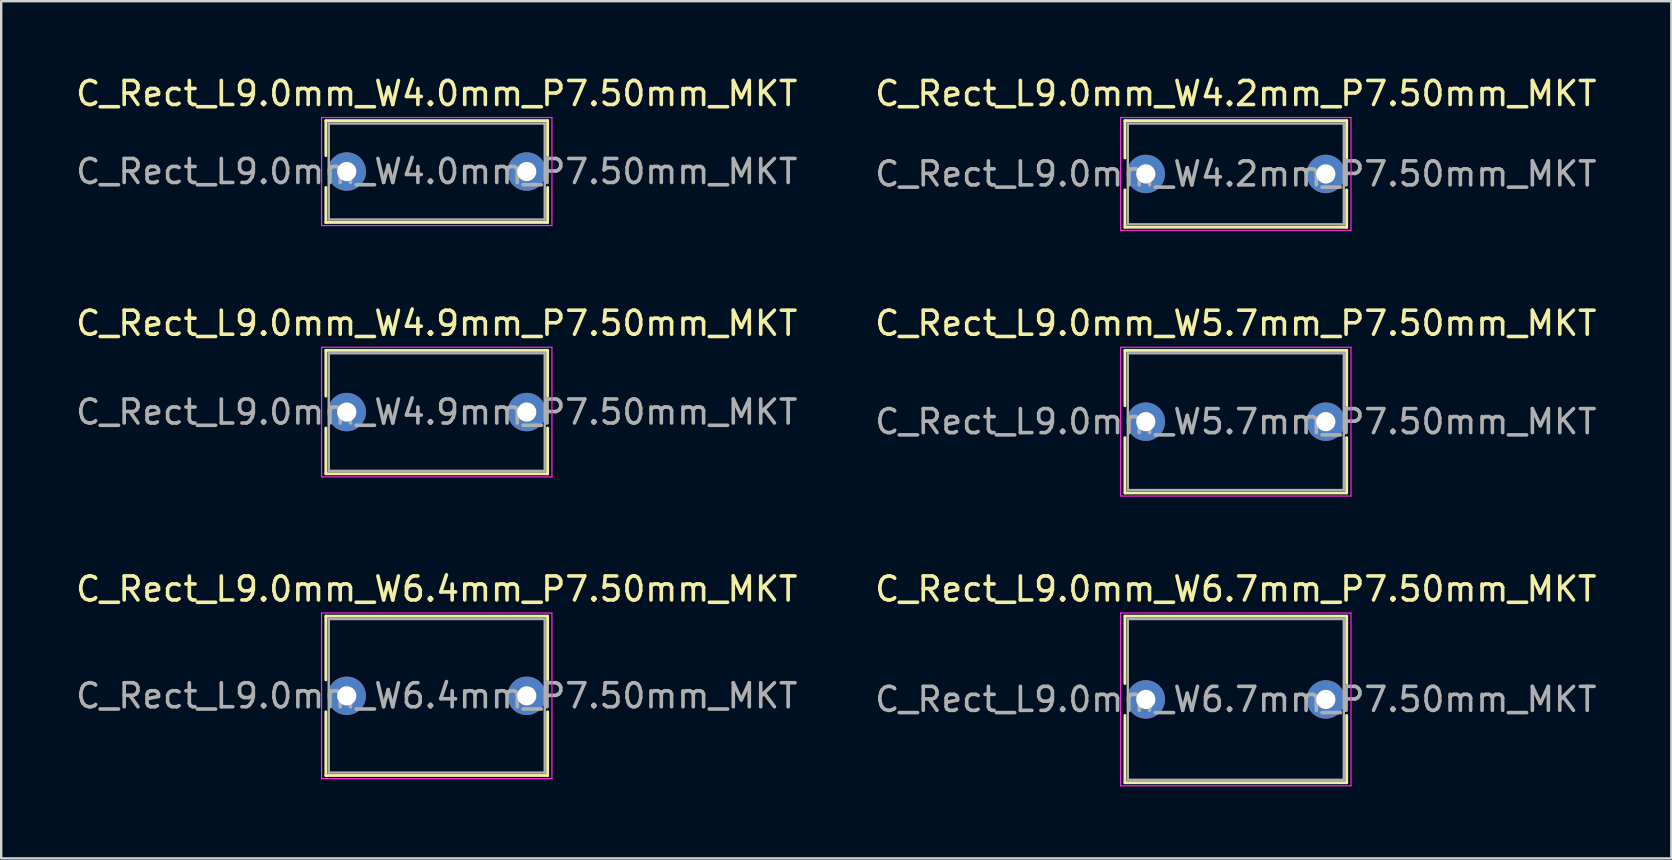
<source format=kicad_pcb>
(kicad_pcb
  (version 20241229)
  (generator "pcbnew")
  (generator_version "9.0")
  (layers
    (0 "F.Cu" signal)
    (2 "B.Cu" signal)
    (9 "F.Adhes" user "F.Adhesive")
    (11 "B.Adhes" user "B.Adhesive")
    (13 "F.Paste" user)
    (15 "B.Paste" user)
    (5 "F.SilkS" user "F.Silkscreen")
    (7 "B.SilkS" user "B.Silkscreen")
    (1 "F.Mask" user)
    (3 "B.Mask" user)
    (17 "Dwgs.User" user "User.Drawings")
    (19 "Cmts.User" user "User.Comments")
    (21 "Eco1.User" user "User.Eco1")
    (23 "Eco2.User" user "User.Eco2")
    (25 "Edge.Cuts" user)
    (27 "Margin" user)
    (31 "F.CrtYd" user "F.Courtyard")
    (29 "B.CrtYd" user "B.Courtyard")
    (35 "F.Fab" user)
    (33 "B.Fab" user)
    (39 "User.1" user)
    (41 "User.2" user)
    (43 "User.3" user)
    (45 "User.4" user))
  (footprint "C_Rect_L9.0mm_W6.7mm_P7.50mm_MKT"
    (layer "F.Cu")
    (at 44.696 26.095)
    (property "Reference" "C_Rect_L9.0mm_W6.7mm_P7.50mm_MKT" (at 3.75 -4.6 0) (layer "F.SilkS") (effects (font (size 1 1) (thickness 0.15))))
    (attr through_hole)
    (fp_line (start -0.87 -3.47) (end -0.87 -0.665) (stroke (width 0.12) (type solid)) (layer "F.SilkS"))
    (fp_line (start -0.87 -3.47) (end 8.37 -3.47) (stroke (width 0.12) (type solid)) (layer "F.SilkS"))
    (fp_line (start -0.87 0.665) (end -0.87 3.47) (stroke (width 0.12) (type solid)) (layer "F.SilkS"))
    (fp_line (start -0.87 3.47) (end 8.37 3.47) (stroke (width 0.12) (type solid)) (layer "F.SilkS"))
    (fp_line (start 8.37 -3.47) (end 8.37 -0.665) (stroke (width 0.12) (type solid)) (layer "F.SilkS"))
    (fp_line (start 8.37 0.665) (end 8.37 3.47) (stroke (width 0.12) (type solid)) (layer "F.SilkS"))
    (fp_line (start -1.05 -3.6) (end -1.05 3.6) (stroke (width 0.05) (type solid)) (layer "F.CrtYd"))
    (fp_line (start -1.05 3.6) (end 8.55 3.6) (stroke (width 0.05) (type solid)) (layer "F.CrtYd"))
    (fp_line (start 8.55 -3.6) (end -1.05 -3.6) (stroke (width 0.05) (type solid)) (layer "F.CrtYd"))
    (fp_line (start 8.55 3.6) (end 8.55 -3.6) (stroke (width 0.05) (type solid)) (layer "F.CrtYd"))
    (fp_line (start -0.75 -3.35) (end -0.75 3.35) (stroke (width 0.1) (type solid)) (layer "F.Fab"))
    (fp_line (start -0.75 3.35) (end 8.25 3.35) (stroke (width 0.1) (type solid)) (layer "F.Fab"))
    (fp_line (start 8.25 -3.35) (end -0.75 -3.35) (stroke (width 0.1) (type solid)) (layer "F.Fab"))
    (fp_line (start 8.25 3.35) (end 8.25 -3.35) (stroke (width 0.1) (type solid)) (layer "F.Fab"))
    (fp_text user "${REFERENCE}" (at 3.75 0 0) (layer "F.Fab") (effects (font (size 1 1) (thickness 0.15))))
    (pad "1" thru_hole circle (at 0 0) (size 1.6 1.6) (drill 0.8) (layers "*.Cu" "*.Mask"))
    (pad "2" thru_hole circle (at 7.5 0) (size 1.6 1.6) (drill 0.8) (layers "*.Cu" "*.Mask")))
  (footprint "C_Rect_L9.0mm_W4.2mm_P7.50mm_MKT"
    (layer "F.Cu")
    (at 44.696 4.198)
    (property "Reference" "C_Rect_L9.0mm_W4.2mm_P7.50mm_MKT" (at 3.75 -3.35 0) (layer "F.SilkS") (effects (font (size 1 1) (thickness 0.15))))
    (attr through_hole)
    (fp_line (start -0.87 -2.22) (end -0.87 -0.665) (stroke (width 0.12) (type solid)) (layer "F.SilkS"))
    (fp_line (start -0.87 -2.22) (end 8.37 -2.22) (stroke (width 0.12) (type solid)) (layer "F.SilkS"))
    (fp_line (start -0.87 0.665) (end -0.87 2.22) (stroke (width 0.12) (type solid)) (layer "F.SilkS"))
    (fp_line (start -0.87 2.22) (end 8.37 2.22) (stroke (width 0.12) (type solid)) (layer "F.SilkS"))
    (fp_line (start 8.37 -2.22) (end 8.37 -0.665) (stroke (width 0.12) (type solid)) (layer "F.SilkS"))
    (fp_line (start 8.37 0.665) (end 8.37 2.22) (stroke (width 0.12) (type solid)) (layer "F.SilkS"))
    (fp_line (start -1.05 -2.35) (end -1.05 2.35) (stroke (width 0.05) (type solid)) (layer "F.CrtYd"))
    (fp_line (start -1.05 2.35) (end 8.55 2.35) (stroke (width 0.05) (type solid)) (layer "F.CrtYd"))
    (fp_line (start 8.55 -2.35) (end -1.05 -2.35) (stroke (width 0.05) (type solid)) (layer "F.CrtYd"))
    (fp_line (start 8.55 2.35) (end 8.55 -2.35) (stroke (width 0.05) (type solid)) (layer "F.CrtYd"))
    (fp_line (start -0.75 -2.1) (end -0.75 2.1) (stroke (width 0.1) (type solid)) (layer "F.Fab"))
    (fp_line (start -0.75 2.1) (end 8.25 2.1) (stroke (width 0.1) (type solid)) (layer "F.Fab"))
    (fp_line (start 8.25 -2.1) (end -0.75 -2.1) (stroke (width 0.1) (type solid)) (layer "F.Fab"))
    (fp_line (start 8.25 2.1) (end 8.25 -2.1) (stroke (width 0.1) (type solid)) (layer "F.Fab"))
    (fp_text user "${REFERENCE}" (at 3.75 0 0) (layer "F.Fab") (effects (font (size 1 1) (thickness 0.15))))
    (pad "1" thru_hole circle (at 0 0) (size 1.6 1.6) (drill 0.8) (layers "*.Cu" "*.Mask"))
    (pad "2" thru_hole circle (at 7.5 0) (size 1.6 1.6) (drill 0.8) (layers "*.Cu" "*.Mask")))
  (footprint "C_Rect_L9.0mm_W4.9mm_P7.50mm_MKT"
    (layer "F.Cu")
    (at 11.399 14.121)
    (property "Reference" "C_Rect_L9.0mm_W4.9mm_P7.50mm_MKT" (at 3.75 -3.7 0) (layer "F.SilkS") (effects (font (size 1 1) (thickness 0.15))))
    (attr through_hole)
    (fp_line (start -0.87 -2.571) (end -0.87 -0.665) (stroke (width 0.12) (type solid)) (layer "F.SilkS"))
    (fp_line (start -0.87 -2.571) (end 8.37 -2.571) (stroke (width 0.12) (type solid)) (layer "F.SilkS"))
    (fp_line (start -0.87 0.665) (end -0.87 2.571) (stroke (width 0.12) (type solid)) (layer "F.SilkS"))
    (fp_line (start -0.87 2.571) (end 8.37 2.571) (stroke (width 0.12) (type solid)) (layer "F.SilkS"))
    (fp_line (start 8.37 -2.571) (end 8.37 -0.665) (stroke (width 0.12) (type solid)) (layer "F.SilkS"))
    (fp_line (start 8.37 0.665) (end 8.37 2.571) (stroke (width 0.12) (type solid)) (layer "F.SilkS"))
    (fp_line (start -1.05 -2.7) (end -1.05 2.7) (stroke (width 0.05) (type solid)) (layer "F.CrtYd"))
    (fp_line (start -1.05 2.7) (end 8.55 2.7) (stroke (width 0.05) (type solid)) (layer "F.CrtYd"))
    (fp_line (start 8.55 -2.7) (end -1.05 -2.7) (stroke (width 0.05) (type solid)) (layer "F.CrtYd"))
    (fp_line (start 8.55 2.7) (end 8.55 -2.7) (stroke (width 0.05) (type solid)) (layer "F.CrtYd"))
    (fp_line (start -0.75 -2.45) (end -0.75 2.45) (stroke (width 0.1) (type solid)) (layer "F.Fab"))
    (fp_line (start -0.75 2.45) (end 8.25 2.45) (stroke (width 0.1) (type solid)) (layer "F.Fab"))
    (fp_line (start 8.25 -2.45) (end -0.75 -2.45) (stroke (width 0.1) (type solid)) (layer "F.Fab"))
    (fp_line (start 8.25 2.45) (end 8.25 -2.45) (stroke (width 0.1) (type solid)) (layer "F.Fab"))
    (fp_text user "${REFERENCE}" (at 3.75 0 0) (layer "F.Fab") (effects (font (size 1 1) (thickness 0.15))))
    (pad "1" thru_hole circle (at 0 0) (size 1.6 1.6) (drill 0.8) (layers "*.Cu" "*.Mask"))
    (pad "2" thru_hole circle (at 7.5 0) (size 1.6 1.6) (drill 0.8) (layers "*.Cu" "*.Mask")))
  (footprint "C_Rect_L9.0mm_W4.0mm_P7.50mm_MKT"
    (layer "F.Cu")
    (at 11.399 4.098)
    (property "Reference" "C_Rect_L9.0mm_W4.0mm_P7.50mm_MKT" (at 3.75 -3.25 0) (layer "F.SilkS") (effects (font (size 1 1) (thickness 0.15))))
    (attr through_hole)
    (fp_line (start -0.87 -2.12) (end -0.87 -0.665) (stroke (width 0.12) (type solid)) (layer "F.SilkS"))
    (fp_line (start -0.87 -2.12) (end 8.37 -2.12) (stroke (width 0.12) (type solid)) (layer "F.SilkS"))
    (fp_line (start -0.87 0.665) (end -0.87 2.12) (stroke (width 0.12) (type solid)) (layer "F.SilkS"))
    (fp_line (start -0.87 2.12) (end 8.37 2.12) (stroke (width 0.12) (type solid)) (layer "F.SilkS"))
    (fp_line (start 8.37 -2.12) (end 8.37 -0.665) (stroke (width 0.12) (type solid)) (layer "F.SilkS"))
    (fp_line (start 8.37 0.665) (end 8.37 2.12) (stroke (width 0.12) (type solid)) (layer "F.SilkS"))
    (fp_line (start -1.05 -2.25) (end -1.05 2.25) (stroke (width 0.05) (type solid)) (layer "F.CrtYd"))
    (fp_line (start -1.05 2.25) (end 8.55 2.25) (stroke (width 0.05) (type solid)) (layer "F.CrtYd"))
    (fp_line (start 8.55 -2.25) (end -1.05 -2.25) (stroke (width 0.05) (type solid)) (layer "F.CrtYd"))
    (fp_line (start 8.55 2.25) (end 8.55 -2.25) (stroke (width 0.05) (type solid)) (layer "F.CrtYd"))
    (fp_line (start -0.75 -2) (end -0.75 2) (stroke (width 0.1) (type solid)) (layer "F.Fab"))
    (fp_line (start -0.75 2) (end 8.25 2) (stroke (width 0.1) (type solid)) (layer "F.Fab"))
    (fp_line (start 8.25 -2) (end -0.75 -2) (stroke (width 0.1) (type solid)) (layer "F.Fab"))
    (fp_line (start 8.25 2) (end 8.25 -2) (stroke (width 0.1) (type solid)) (layer "F.Fab"))
    (fp_text user "${REFERENCE}" (at 3.75 0 0) (layer "F.Fab") (effects (font (size 1 1) (thickness 0.15))))
    (pad "1" thru_hole circle (at 0 0) (size 1.6 1.6) (drill 0.8) (layers "*.Cu" "*.Mask"))
    (pad "2" thru_hole circle (at 7.5 0) (size 1.6 1.6) (drill 0.8) (layers "*.Cu" "*.Mask")))
  (footprint "C_Rect_L9.0mm_W6.4mm_P7.50mm_MKT"
    (layer "F.Cu")
    (at 11.399 25.945)
    (property "Reference" "C_Rect_L9.0mm_W6.4mm_P7.50mm_MKT" (at 3.75 -4.45 0) (layer "F.SilkS") (effects (font (size 1 1) (thickness 0.15))))
    (attr through_hole)
    (fp_line (start -0.87 -3.32) (end -0.87 -0.665) (stroke (width 0.12) (type solid)) (layer "F.SilkS"))
    (fp_line (start -0.87 -3.32) (end 8.37 -3.32) (stroke (width 0.12) (type solid)) (layer "F.SilkS"))
    (fp_line (start -0.87 0.665) (end -0.87 3.32) (stroke (width 0.12) (type solid)) (layer "F.SilkS"))
    (fp_line (start -0.87 3.32) (end 8.37 3.32) (stroke (width 0.12) (type solid)) (layer "F.SilkS"))
    (fp_line (start 8.37 -3.32) (end 8.37 -0.665) (stroke (width 0.12) (type solid)) (layer "F.SilkS"))
    (fp_line (start 8.37 0.665) (end 8.37 3.32) (stroke (width 0.12) (type solid)) (layer "F.SilkS"))
    (fp_line (start -1.05 -3.45) (end -1.05 3.45) (stroke (width 0.05) (type solid)) (layer "F.CrtYd"))
    (fp_line (start -1.05 3.45) (end 8.55 3.45) (stroke (width 0.05) (type solid)) (layer "F.CrtYd"))
    (fp_line (start 8.55 -3.45) (end -1.05 -3.45) (stroke (width 0.05) (type solid)) (layer "F.CrtYd"))
    (fp_line (start 8.55 3.45) (end 8.55 -3.45) (stroke (width 0.05) (type solid)) (layer "F.CrtYd"))
    (fp_line (start -0.75 -3.2) (end -0.75 3.2) (stroke (width 0.1) (type solid)) (layer "F.Fab"))
    (fp_line (start -0.75 3.2) (end 8.25 3.2) (stroke (width 0.1) (type solid)) (layer "F.Fab"))
    (fp_line (start 8.25 -3.2) (end -0.75 -3.2) (stroke (width 0.1) (type solid)) (layer "F.Fab"))
    (fp_line (start 8.25 3.2) (end 8.25 -3.2) (stroke (width 0.1) (type solid)) (layer "F.Fab"))
    (fp_text user "${REFERENCE}" (at 3.75 0 0) (layer "F.Fab") (effects (font (size 1 1) (thickness 0.15))))
    (pad "1" thru_hole circle (at 0 0) (size 1.6 1.6) (drill 0.8) (layers "*.Cu" "*.Mask"))
    (pad "2" thru_hole circle (at 7.5 0) (size 1.6 1.6) (drill 0.8) (layers "*.Cu" "*.Mask")))
  (footprint "C_Rect_L9.0mm_W5.7mm_P7.50mm_MKT"
    (layer "F.Cu")
    (at 44.696 14.521)
    (property "Reference" "C_Rect_L9.0mm_W5.7mm_P7.50mm_MKT" (at 3.75 -4.1 0) (layer "F.SilkS") (effects (font (size 1 1) (thickness 0.15))))
    (attr through_hole)
    (fp_line (start -0.87 -2.97) (end -0.87 -0.665) (stroke (width 0.12) (type solid)) (layer "F.SilkS"))
    (fp_line (start -0.87 -2.97) (end 8.37 -2.97) (stroke (width 0.12) (type solid)) (layer "F.SilkS"))
    (fp_line (start -0.87 0.665) (end -0.87 2.97) (stroke (width 0.12) (type solid)) (layer "F.SilkS"))
    (fp_line (start -0.87 2.97) (end 8.37 2.97) (stroke (width 0.12) (type solid)) (layer "F.SilkS"))
    (fp_line (start 8.37 -2.97) (end 8.37 -0.665) (stroke (width 0.12) (type solid)) (layer "F.SilkS"))
    (fp_line (start 8.37 0.665) (end 8.37 2.97) (stroke (width 0.12) (type solid)) (layer "F.SilkS"))
    (fp_line (start -1.05 -3.1) (end -1.05 3.1) (stroke (width 0.05) (type solid)) (layer "F.CrtYd"))
    (fp_line (start -1.05 3.1) (end 8.55 3.1) (stroke (width 0.05) (type solid)) (layer "F.CrtYd"))
    (fp_line (start 8.55 -3.1) (end -1.05 -3.1) (stroke (width 0.05) (type solid)) (layer "F.CrtYd"))
    (fp_line (start 8.55 3.1) (end 8.55 -3.1) (stroke (width 0.05) (type solid)) (layer "F.CrtYd"))
    (fp_line (start -0.75 -2.85) (end -0.75 2.85) (stroke (width 0.1) (type solid)) (layer "F.Fab"))
    (fp_line (start -0.75 2.85) (end 8.25 2.85) (stroke (width 0.1) (type solid)) (layer "F.Fab"))
    (fp_line (start 8.25 -2.85) (end -0.75 -2.85) (stroke (width 0.1) (type solid)) (layer "F.Fab"))
    (fp_line (start 8.25 2.85) (end 8.25 -2.85) (stroke (width 0.1) (type solid)) (layer "F.Fab"))
    (fp_text user "${REFERENCE}" (at 3.75 0 0) (layer "F.Fab") (effects (font (size 1 1) (thickness 0.15))))
    (pad "1" thru_hole circle (at 0 0) (size 1.6 1.6) (drill 0.8) (layers "*.Cu" "*.Mask"))
    (pad "2" thru_hole circle (at 7.5 0) (size 1.6 1.6) (drill 0.8) (layers "*.Cu" "*.Mask")))
  (gr_rect
    (start -3 -3)
    (end 66.595 32.72)
    (stroke (width 0.1) (type default))
    (fill no)
    (layer "Edge.Cuts")))
</source>
